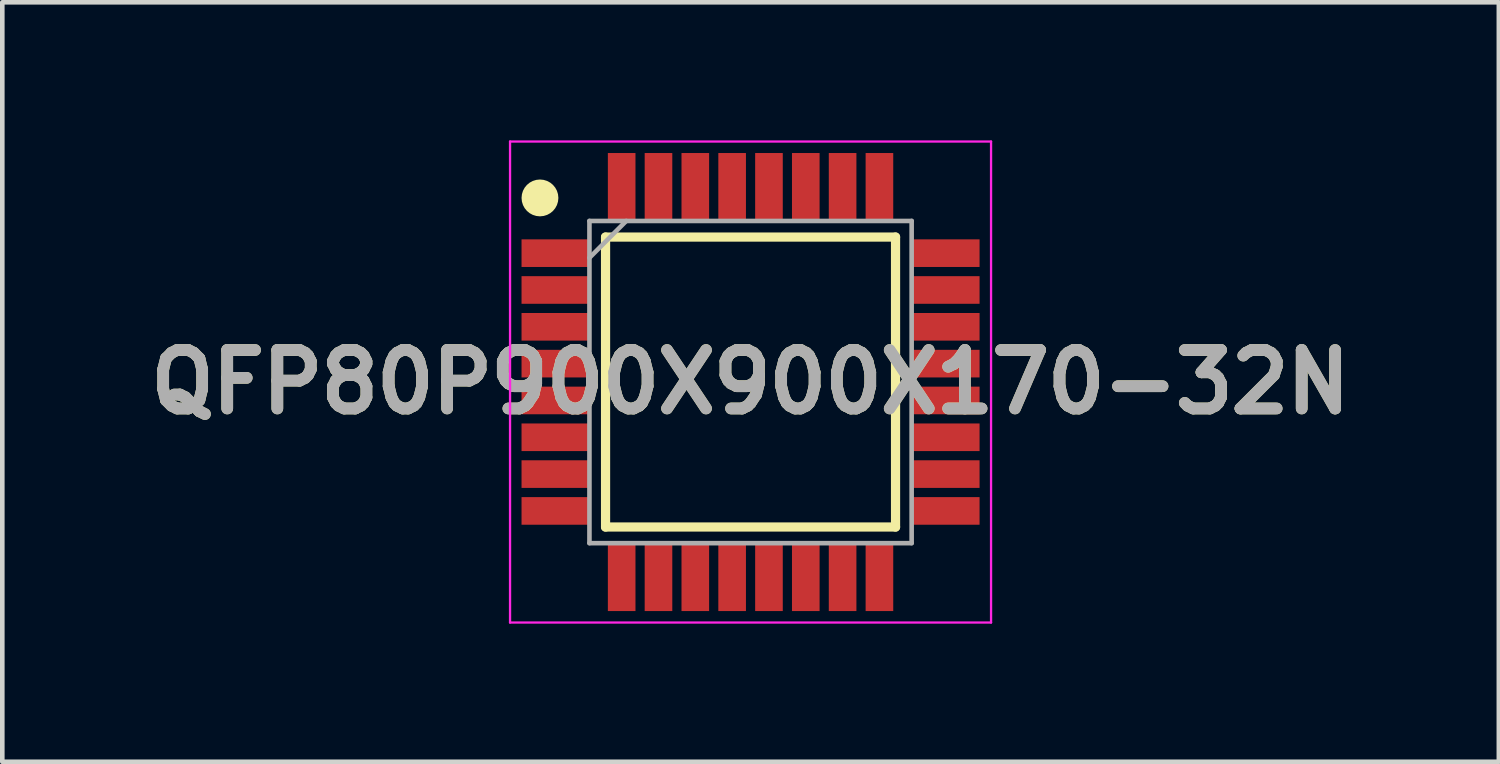
<source format=kicad_pcb>
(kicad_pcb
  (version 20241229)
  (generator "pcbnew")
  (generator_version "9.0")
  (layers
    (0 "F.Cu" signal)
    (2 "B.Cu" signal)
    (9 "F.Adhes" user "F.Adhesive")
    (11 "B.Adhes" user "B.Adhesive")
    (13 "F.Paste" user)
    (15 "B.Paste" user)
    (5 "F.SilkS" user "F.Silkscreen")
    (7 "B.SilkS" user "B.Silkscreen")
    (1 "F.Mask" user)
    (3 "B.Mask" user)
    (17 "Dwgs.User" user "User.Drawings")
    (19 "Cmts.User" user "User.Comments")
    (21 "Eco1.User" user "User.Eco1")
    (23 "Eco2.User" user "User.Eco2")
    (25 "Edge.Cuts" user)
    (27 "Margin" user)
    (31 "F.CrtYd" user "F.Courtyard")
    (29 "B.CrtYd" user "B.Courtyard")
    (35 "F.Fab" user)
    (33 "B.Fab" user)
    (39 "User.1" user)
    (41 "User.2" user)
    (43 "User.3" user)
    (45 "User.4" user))
  (footprint "QFP80P900X900X170-32N"
    (layer "F.Cu")
    (at 13.256 5.25)
    (property "Reference" "QFP80P900X900X170-32N" (at 0 0 0) (layer "F.SilkS") (effects (font (size 1.27 1.27) (thickness 0.254))))
    (attr smd)
    (fp_line (start -3.15 -3.15) (end 3.15 -3.15) (stroke (width 0.2) (type solid)) (layer "F.SilkS"))
    (fp_line (start -3.15 3.15) (end -3.15 -3.15) (stroke (width 0.2) (type solid)) (layer "F.SilkS"))
    (fp_line (start 3.15 -3.15) (end 3.15 3.15) (stroke (width 0.2) (type solid)) (layer "F.SilkS"))
    (fp_line (start 3.15 3.15) (end -3.15 3.15) (stroke (width 0.2) (type solid)) (layer "F.SilkS"))
    (fp_circle (center -4.575 -4) (end -4.575 -3.8) (stroke (width 0.4) (type solid)) (fill no) (layer "F.SilkS"))
    (fp_line (start -5.225 -5.225) (end 5.225 -5.225) (stroke (width 0.05) (type solid)) (layer "F.CrtYd"))
    (fp_line (start -5.225 5.225) (end -5.225 -5.225) (stroke (width 0.05) (type solid)) (layer "F.CrtYd"))
    (fp_line (start 5.225 -5.225) (end 5.225 5.225) (stroke (width 0.05) (type solid)) (layer "F.CrtYd"))
    (fp_line (start 5.225 5.225) (end -5.225 5.225) (stroke (width 0.05) (type solid)) (layer "F.CrtYd"))
    (fp_line (start -3.5 -3.5) (end 3.5 -3.5) (stroke (width 0.1) (type solid)) (layer "F.Fab"))
    (fp_line (start -3.5 -2.7) (end -2.7 -3.5) (stroke (width 0.1) (type solid)) (layer "F.Fab"))
    (fp_line (start -3.5 3.5) (end -3.5 -3.5) (stroke (width 0.1) (type solid)) (layer "F.Fab"))
    (fp_line (start 3.5 -3.5) (end 3.5 3.5) (stroke (width 0.1) (type solid)) (layer "F.Fab"))
    (fp_line (start 3.5 3.5) (end -3.5 3.5) (stroke (width 0.1) (type solid)) (layer "F.Fab"))
    (fp_text user "${REFERENCE}" (at 0 0 0) (layer "F.Fab") (effects (font (size 1.27 1.27) (thickness 0.254))))
    (pad "1" smd rect (at -4.238 -2.8 90) (size 0.6 1.475) (layers "F.Cu" "F.Mask" "F.Paste"))
    (pad "2" smd rect (at -4.238 -2 90) (size 0.6 1.475) (layers "F.Cu" "F.Mask" "F.Paste"))
    (pad "3" smd rect (at -4.238 -1.2 90) (size 0.6 1.475) (layers "F.Cu" "F.Mask" "F.Paste"))
    (pad "4" smd rect (at -4.238 -0.4 90) (size 0.6 1.475) (layers "F.Cu" "F.Mask" "F.Paste"))
    (pad "5" smd rect (at -4.238 0.4 90) (size 0.6 1.475) (layers "F.Cu" "F.Mask" "F.Paste"))
    (pad "6" smd rect (at -4.238 1.2 90) (size 0.6 1.475) (layers "F.Cu" "F.Mask" "F.Paste"))
    (pad "7" smd rect (at -4.238 2 90) (size 0.6 1.475) (layers "F.Cu" "F.Mask" "F.Paste"))
    (pad "8" smd rect (at -4.238 2.8 90) (size 0.6 1.475) (layers "F.Cu" "F.Mask" "F.Paste"))
    (pad "9" smd rect (at -2.8 4.238) (size 0.6 1.475) (layers "F.Cu" "F.Mask" "F.Paste"))
    (pad "10" smd rect (at -2 4.238) (size 0.6 1.475) (layers "F.Cu" "F.Mask" "F.Paste"))
    (pad "11" smd rect (at -1.2 4.238) (size 0.6 1.475) (layers "F.Cu" "F.Mask" "F.Paste"))
    (pad "12" smd rect (at -0.4 4.238) (size 0.6 1.475) (layers "F.Cu" "F.Mask" "F.Paste"))
    (pad "13" smd rect (at 0.4 4.238) (size 0.6 1.475) (layers "F.Cu" "F.Mask" "F.Paste"))
    (pad "14" smd rect (at 1.2 4.238) (size 0.6 1.475) (layers "F.Cu" "F.Mask" "F.Paste"))
    (pad "15" smd rect (at 2 4.238) (size 0.6 1.475) (layers "F.Cu" "F.Mask" "F.Paste"))
    (pad "16" smd rect (at 2.8 4.238) (size 0.6 1.475) (layers "F.Cu" "F.Mask" "F.Paste"))
    (pad "17" smd rect (at 4.238 2.8 90) (size 0.6 1.475) (layers "F.Cu" "F.Mask" "F.Paste"))
    (pad "18" smd rect (at 4.238 2 90) (size 0.6 1.475) (layers "F.Cu" "F.Mask" "F.Paste"))
    (pad "19" smd rect (at 4.238 1.2 90) (size 0.6 1.475) (layers "F.Cu" "F.Mask" "F.Paste"))
    (pad "20" smd rect (at 4.238 0.4 90) (size 0.6 1.475) (layers "F.Cu" "F.Mask" "F.Paste"))
    (pad "21" smd rect (at 4.238 -0.4 90) (size 0.6 1.475) (layers "F.Cu" "F.Mask" "F.Paste"))
    (pad "22" smd rect (at 4.238 -1.2 90) (size 0.6 1.475) (layers "F.Cu" "F.Mask" "F.Paste"))
    (pad "23" smd rect (at 4.238 -2 90) (size 0.6 1.475) (layers "F.Cu" "F.Mask" "F.Paste"))
    (pad "24" smd rect (at 4.238 -2.8 90) (size 0.6 1.475) (layers "F.Cu" "F.Mask" "F.Paste"))
    (pad "25" smd rect (at 2.8 -4.238) (size 0.6 1.475) (layers "F.Cu" "F.Mask" "F.Paste"))
    (pad "26" smd rect (at 2 -4.238) (size 0.6 1.475) (layers "F.Cu" "F.Mask" "F.Paste"))
    (pad "27" smd rect (at 1.2 -4.238) (size 0.6 1.475) (layers "F.Cu" "F.Mask" "F.Paste"))
    (pad "28" smd rect (at 0.4 -4.238) (size 0.6 1.475) (layers "F.Cu" "F.Mask" "F.Paste"))
    (pad "29" smd rect (at -0.4 -4.238) (size 0.6 1.475) (layers "F.Cu" "F.Mask" "F.Paste"))
    (pad "30" smd rect (at -1.2 -4.238) (size 0.6 1.475) (layers "F.Cu" "F.Mask" "F.Paste"))
    (pad "31" smd rect (at -2 -4.238) (size 0.6 1.475) (layers "F.Cu" "F.Mask" "F.Paste"))
    (pad "32" smd rect (at -2.8 -4.238) (size 0.6 1.475) (layers "F.Cu" "F.Mask" "F.Paste")))
  (gr_rect
    (start -3 -3)
    (end 29.513 13.5)
    (stroke (width 0.1) (type default))
    (fill no)
    (layer "Edge.Cuts")))
</source>
